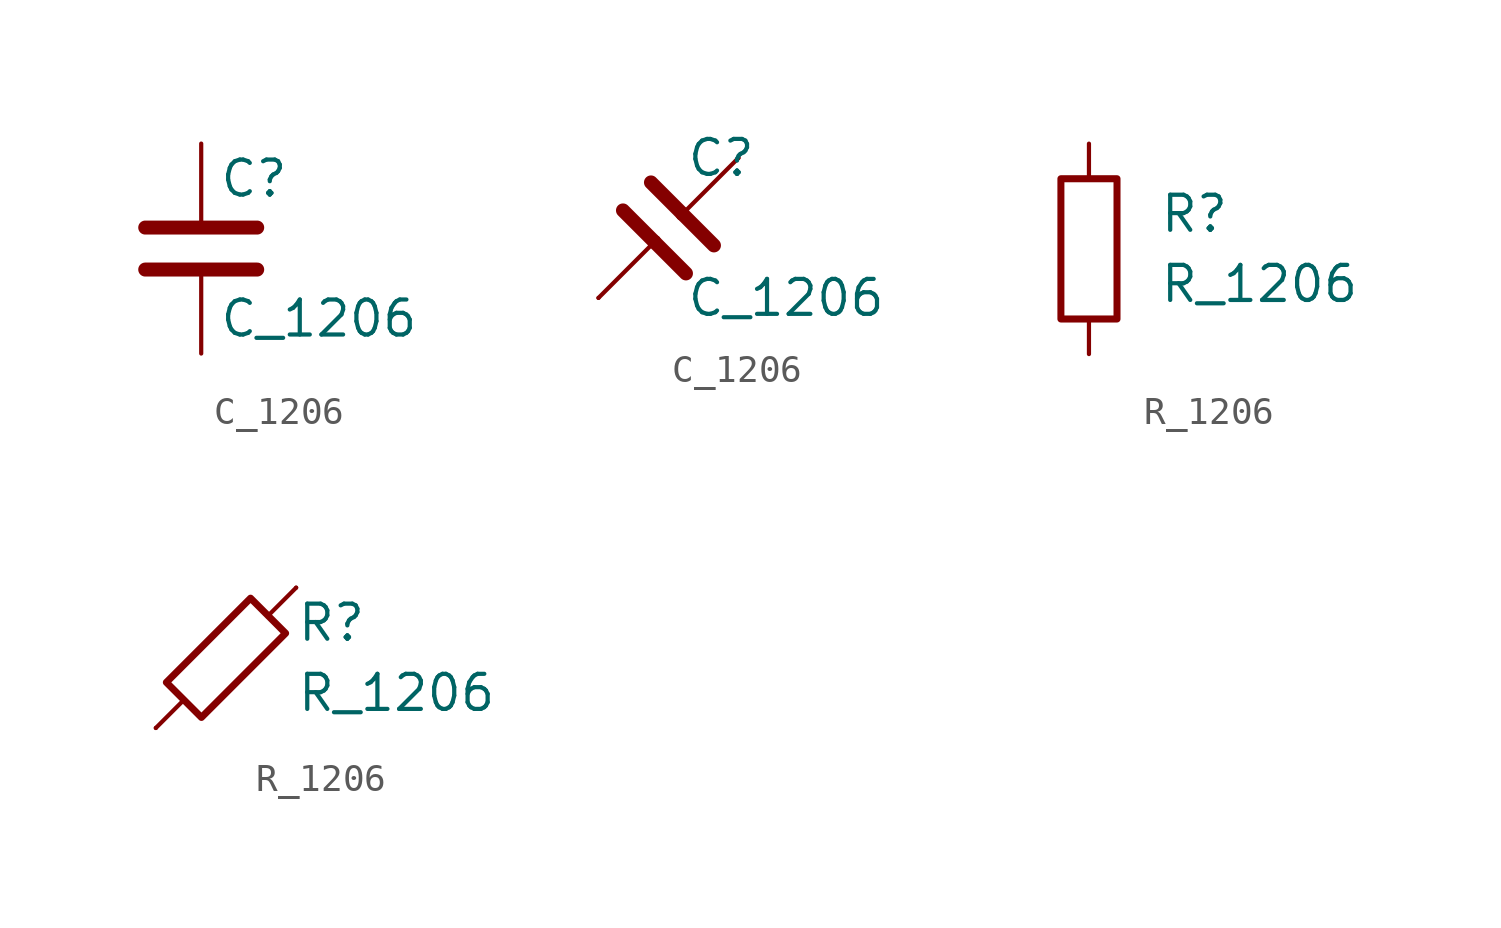
<source format=kicad_sym>
(kicad_symbol_lib
  (version 20231120)
  (generator "kicad_symbol_editor")
  (generator_version "8.0")
  (symbol "C_1206"
    (pin_numbers hide)
    (pin_names
      (offset 0.254))
    (property "Reference" "C"
      (at 0.635 2.54 0)
      (effects (font (size 1.27 1.27)) (justify left)))
    (property "Value" "C_1206"
      (at 0.635 -2.54 0)
      (effects (font (size 1.27 1.27)) (justify left)))
    (symbol "C_1206_0_1"
      (polyline (pts (xy -2.032 -0.762) (xy 2.032 -0.762)) (stroke (width 0.508) (type default)) (fill (type none)))
      (polyline (pts (xy -2.032 0.762) (xy 2.032 0.762)) (stroke (width 0.508) (type default)) (fill (type none))))
    (symbol "C_1206_0_2"
      (polyline (pts (xy -2.54 -2.54) (xy -0.381 -0.381)) (stroke (width 0) (type default)) (fill (type none)))
      (polyline (pts (xy -0.508 -0.508) (xy -1.651 0.635)) (stroke (width 0.508) (type default)) (fill (type none)))
      (polyline (pts (xy -0.508 -0.508) (xy 0.635 -1.651)) (stroke (width 0.508) (type default)) (fill (type none)))
      (polyline (pts (xy 0.381 0.381) (xy 2.54 2.54)) (stroke (width 0) (type default)) (fill (type none)))
      (polyline (pts (xy 0.508 0.508) (xy -0.635 1.651)) (stroke (width 0.508) (type default)) (fill (type none)))
      (polyline (pts (xy 0.508 0.508) (xy 1.651 -0.635)) (stroke (width 0.508) (type default)) (fill (type none))))
    (symbol "C_1206_1_1"
      (pin passive line (at 0 3.81 270) (length 2.794) (name "~" (effects (font (size 1.27 1.27)))) (number "1" (effects (font (size 1.27 1.27)))))
      (pin passive line (at 0 -3.81 90) (length 2.794) (name "~" (effects (font (size 1.27 1.27)))) (number "2" (effects (font (size 1.27 1.27))))))
    (symbol "C_1206_1_2"
      (pin passive line (at 2.54 2.54 270) (length 0) (name "~" (effects (font (size 1.27 1.27)))) (number "1" (effects (font (size 1.27 1.27)))))
      (pin passive line (at -2.54 -2.54 90) (length 0) (name "~" (effects (font (size 1.27 1.27)))) (number "2" (effects (font (size 1.27 1.27)))))))
  (symbol "R_1206"
    (pin_numbers hide)
    (pin_names
      (offset 0))
    (property "Reference" "R"
      (at 2.54 1.27 0)
      (effects (font (size 1.27 1.27)) (justify left)))
    (property "Value" "R_1206"
      (at 2.54 -1.27 0)
      (effects (font (size 1.27 1.27)) (justify left)))
    (symbol "R_1206_0_1"
      (rectangle (start -1.016 2.54) (end 1.016 -2.54) (stroke (width 0.254) (type default)) (fill (type none))))
    (symbol "R_1206_0_2"
      (polyline (pts (xy -2.54 -2.54) (xy -1.524 -1.524)) (stroke (width 0) (type default)) (fill (type none)))
      (polyline (pts (xy 1.524 1.524) (xy 2.54 2.54)) (stroke (width 0) (type default)) (fill (type none)))
      (polyline (pts (xy 1.524 1.524) (xy 0.889 2.159) (xy -2.159 -0.889) (xy -0.889 -2.159) (xy 2.159 0.889) (xy 1.524 1.524)) (stroke (width 0.254) (type default)) (fill (type none))))
    (symbol "R_1206_1_1"
      (pin passive line (at 0 3.81 270) (length 1.27) (name "~" (effects (font (size 1.27 1.27)))) (number "1" (effects (font (size 1.27 1.27)))))
      (pin passive line (at 0 -3.81 90) (length 1.27) (name "~" (effects (font (size 1.27 1.27)))) (number "2" (effects (font (size 1.27 1.27))))))
    (symbol "R_1206_1_2"
      (pin passive line (at 2.54 2.54 180) (length 0) (name "" (effects (font (size 1.27 1.27)))) (number "1" (effects (font (size 1.27 1.27)))))
      (pin passive line (at -2.54 -2.54 0) (length 0) (name "" (effects (font (size 1.27 1.27)))) (number "2" (effects (font (size 1.27 1.27))))))))
</source>
